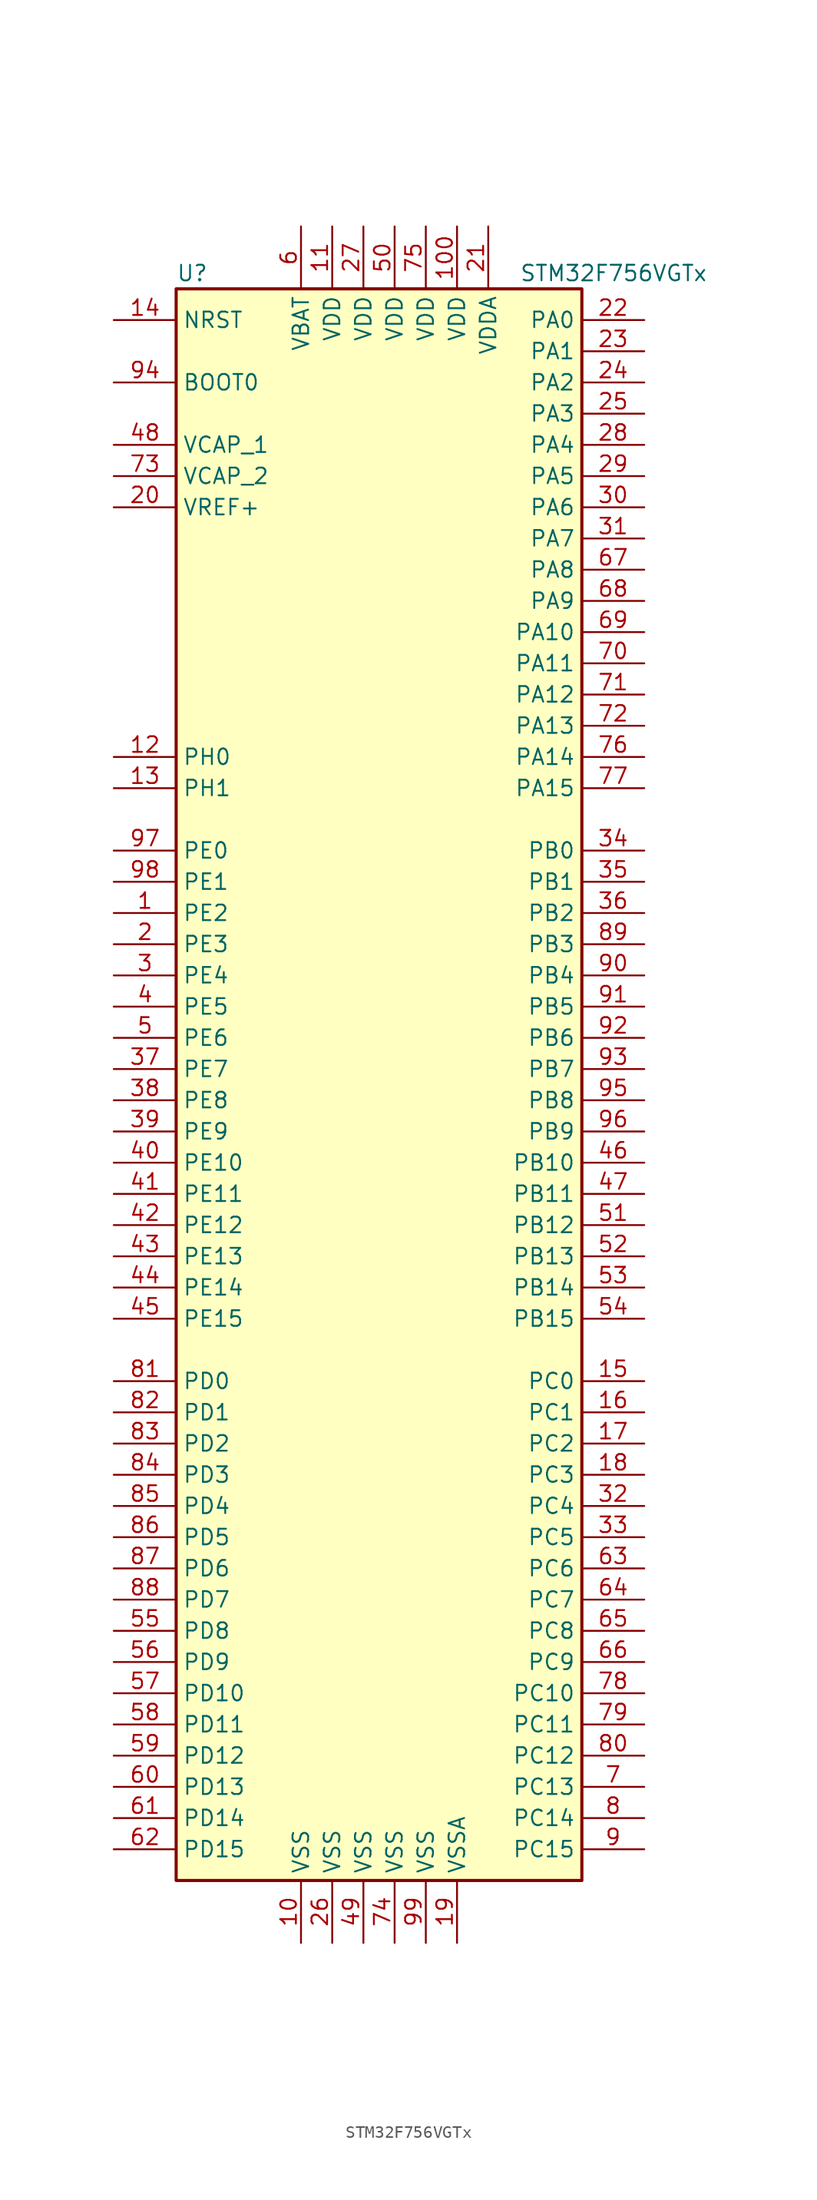
<source format=kicad_sym>
(kicad_symbol_lib
  (version 20211014)
  (generator kicad_symbol_editor)
  (symbol "STM32F756VGTx"
    (property "Reference" "U"
      (at -17.78 64.77 0)
      (effects (font (size 1.27 1.27)) (justify left)))
    (property "Value" "STM32F756VGTx"
      (at 10.16 64.77 0)
      (effects (font (size 1.27 1.27)) (justify left)))
    (symbol "STM32F756VGTx_0_1"
      (rectangle (start -17.78 -66.04) (end 15.24 63.5) (stroke (width 0.254) (type default) (color 0 0 0 0)) (fill (type background))))
    (symbol "STM32F756VGTx_1_1"
      (pin bidirectional line (at -22.86 12.7 0) (length 5.08) (name "PE2" (effects (font (size 1.27 1.27)))) (number "1" (effects (font (size 1.27 1.27)))))
      (pin power_in line (at -7.62 -71.12 90) (length 5.08) (name "VSS" (effects (font (size 1.27 1.27)))) (number "10" (effects (font (size 1.27 1.27)))))
      (pin power_in line (at 5.08 68.58 270) (length 5.08) (name "VDD" (effects (font (size 1.27 1.27)))) (number "100" (effects (font (size 1.27 1.27)))))
      (pin power_in line (at -5.08 68.58 270) (length 5.08) (name "VDD" (effects (font (size 1.27 1.27)))) (number "11" (effects (font (size 1.27 1.27)))))
      (pin input line (at -22.86 25.4 0) (length 5.08) (name "PH0" (effects (font (size 1.27 1.27)))) (number "12" (effects (font (size 1.27 1.27)))))
      (pin input line (at -22.86 22.86 0) (length 5.08) (name "PH1" (effects (font (size 1.27 1.27)))) (number "13" (effects (font (size 1.27 1.27)))))
      (pin input line (at -22.86 60.96 0) (length 5.08) (name "NRST" (effects (font (size 1.27 1.27)))) (number "14" (effects (font (size 1.27 1.27)))))
      (pin bidirectional line (at 20.32 -25.4 180) (length 5.08) (name "PC0" (effects (font (size 1.27 1.27)))) (number "15" (effects (font (size 1.27 1.27)))))
      (pin bidirectional line (at 20.32 -27.94 180) (length 5.08) (name "PC1" (effects (font (size 1.27 1.27)))) (number "16" (effects (font (size 1.27 1.27)))))
      (pin bidirectional line (at 20.32 -30.48 180) (length 5.08) (name "PC2" (effects (font (size 1.27 1.27)))) (number "17" (effects (font (size 1.27 1.27)))))
      (pin bidirectional line (at 20.32 -33.02 180) (length 5.08) (name "PC3" (effects (font (size 1.27 1.27)))) (number "18" (effects (font (size 1.27 1.27)))))
      (pin power_in line (at 5.08 -71.12 90) (length 5.08) (name "VSSA" (effects (font (size 1.27 1.27)))) (number "19" (effects (font (size 1.27 1.27)))))
      (pin bidirectional line (at -22.86 10.16 0) (length 5.08) (name "PE3" (effects (font (size 1.27 1.27)))) (number "2" (effects (font (size 1.27 1.27)))))
      (pin power_in line (at -22.86 45.72 0) (length 5.08) (name "VREF+" (effects (font (size 1.27 1.27)))) (number "20" (effects (font (size 1.27 1.27)))))
      (pin power_in line (at 7.62 68.58 270) (length 5.08) (name "VDDA" (effects (font (size 1.27 1.27)))) (number "21" (effects (font (size 1.27 1.27)))))
      (pin bidirectional line (at 20.32 60.96 180) (length 5.08) (name "PA0" (effects (font (size 1.27 1.27)))) (number "22" (effects (font (size 1.27 1.27)))))
      (pin bidirectional line (at 20.32 58.42 180) (length 5.08) (name "PA1" (effects (font (size 1.27 1.27)))) (number "23" (effects (font (size 1.27 1.27)))))
      (pin bidirectional line (at 20.32 55.88 180) (length 5.08) (name "PA2" (effects (font (size 1.27 1.27)))) (number "24" (effects (font (size 1.27 1.27)))))
      (pin bidirectional line (at 20.32 53.34 180) (length 5.08) (name "PA3" (effects (font (size 1.27 1.27)))) (number "25" (effects (font (size 1.27 1.27)))))
      (pin power_in line (at -5.08 -71.12 90) (length 5.08) (name "VSS" (effects (font (size 1.27 1.27)))) (number "26" (effects (font (size 1.27 1.27)))))
      (pin power_in line (at -2.54 68.58 270) (length 5.08) (name "VDD" (effects (font (size 1.27 1.27)))) (number "27" (effects (font (size 1.27 1.27)))))
      (pin bidirectional line (at 20.32 50.8 180) (length 5.08) (name "PA4" (effects (font (size 1.27 1.27)))) (number "28" (effects (font (size 1.27 1.27)))))
      (pin bidirectional line (at 20.32 48.26 180) (length 5.08) (name "PA5" (effects (font (size 1.27 1.27)))) (number "29" (effects (font (size 1.27 1.27)))))
      (pin bidirectional line (at -22.86 7.62 0) (length 5.08) (name "PE4" (effects (font (size 1.27 1.27)))) (number "3" (effects (font (size 1.27 1.27)))))
      (pin bidirectional line (at 20.32 45.72 180) (length 5.08) (name "PA6" (effects (font (size 1.27 1.27)))) (number "30" (effects (font (size 1.27 1.27)))))
      (pin bidirectional line (at 20.32 43.18 180) (length 5.08) (name "PA7" (effects (font (size 1.27 1.27)))) (number "31" (effects (font (size 1.27 1.27)))))
      (pin bidirectional line (at 20.32 -35.56 180) (length 5.08) (name "PC4" (effects (font (size 1.27 1.27)))) (number "32" (effects (font (size 1.27 1.27)))))
      (pin bidirectional line (at 20.32 -38.1 180) (length 5.08) (name "PC5" (effects (font (size 1.27 1.27)))) (number "33" (effects (font (size 1.27 1.27)))))
      (pin bidirectional line (at 20.32 17.78 180) (length 5.08) (name "PB0" (effects (font (size 1.27 1.27)))) (number "34" (effects (font (size 1.27 1.27)))))
      (pin bidirectional line (at 20.32 15.24 180) (length 5.08) (name "PB1" (effects (font (size 1.27 1.27)))) (number "35" (effects (font (size 1.27 1.27)))))
      (pin bidirectional line (at 20.32 12.7 180) (length 5.08) (name "PB2" (effects (font (size 1.27 1.27)))) (number "36" (effects (font (size 1.27 1.27)))))
      (pin bidirectional line (at -22.86 0 0) (length 5.08) (name "PE7" (effects (font (size 1.27 1.27)))) (number "37" (effects (font (size 1.27 1.27)))))
      (pin bidirectional line (at -22.86 -2.54 0) (length 5.08) (name "PE8" (effects (font (size 1.27 1.27)))) (number "38" (effects (font (size 1.27 1.27)))))
      (pin bidirectional line (at -22.86 -5.08 0) (length 5.08) (name "PE9" (effects (font (size 1.27 1.27)))) (number "39" (effects (font (size 1.27 1.27)))))
      (pin bidirectional line (at -22.86 5.08 0) (length 5.08) (name "PE5" (effects (font (size 1.27 1.27)))) (number "4" (effects (font (size 1.27 1.27)))))
      (pin bidirectional line (at -22.86 -7.62 0) (length 5.08) (name "PE10" (effects (font (size 1.27 1.27)))) (number "40" (effects (font (size 1.27 1.27)))))
      (pin bidirectional line (at -22.86 -10.16 0) (length 5.08) (name "PE11" (effects (font (size 1.27 1.27)))) (number "41" (effects (font (size 1.27 1.27)))))
      (pin bidirectional line (at -22.86 -12.7 0) (length 5.08) (name "PE12" (effects (font (size 1.27 1.27)))) (number "42" (effects (font (size 1.27 1.27)))))
      (pin bidirectional line (at -22.86 -15.24 0) (length 5.08) (name "PE13" (effects (font (size 1.27 1.27)))) (number "43" (effects (font (size 1.27 1.27)))))
      (pin bidirectional line (at -22.86 -17.78 0) (length 5.08) (name "PE14" (effects (font (size 1.27 1.27)))) (number "44" (effects (font (size 1.27 1.27)))))
      (pin bidirectional line (at -22.86 -20.32 0) (length 5.08) (name "PE15" (effects (font (size 1.27 1.27)))) (number "45" (effects (font (size 1.27 1.27)))))
      (pin bidirectional line (at 20.32 -7.62 180) (length 5.08) (name "PB10" (effects (font (size 1.27 1.27)))) (number "46" (effects (font (size 1.27 1.27)))))
      (pin bidirectional line (at 20.32 -10.16 180) (length 5.08) (name "PB11" (effects (font (size 1.27 1.27)))) (number "47" (effects (font (size 1.27 1.27)))))
      (pin power_in line (at -22.86 50.8 0) (length 5.08) (name "VCAP_1" (effects (font (size 1.27 1.27)))) (number "48" (effects (font (size 1.27 1.27)))))
      (pin power_in line (at -2.54 -71.12 90) (length 5.08) (name "VSS" (effects (font (size 1.27 1.27)))) (number "49" (effects (font (size 1.27 1.27)))))
      (pin bidirectional line (at -22.86 2.54 0) (length 5.08) (name "PE6" (effects (font (size 1.27 1.27)))) (number "5" (effects (font (size 1.27 1.27)))))
      (pin power_in line (at 0 68.58 270) (length 5.08) (name "VDD" (effects (font (size 1.27 1.27)))) (number "50" (effects (font (size 1.27 1.27)))))
      (pin bidirectional line (at 20.32 -12.7 180) (length 5.08) (name "PB12" (effects (font (size 1.27 1.27)))) (number "51" (effects (font (size 1.27 1.27)))))
      (pin bidirectional line (at 20.32 -15.24 180) (length 5.08) (name "PB13" (effects (font (size 1.27 1.27)))) (number "52" (effects (font (size 1.27 1.27)))))
      (pin bidirectional line (at 20.32 -17.78 180) (length 5.08) (name "PB14" (effects (font (size 1.27 1.27)))) (number "53" (effects (font (size 1.27 1.27)))))
      (pin bidirectional line (at 20.32 -20.32 180) (length 5.08) (name "PB15" (effects (font (size 1.27 1.27)))) (number "54" (effects (font (size 1.27 1.27)))))
      (pin bidirectional line (at -22.86 -45.72 0) (length 5.08) (name "PD8" (effects (font (size 1.27 1.27)))) (number "55" (effects (font (size 1.27 1.27)))))
      (pin bidirectional line (at -22.86 -48.26 0) (length 5.08) (name "PD9" (effects (font (size 1.27 1.27)))) (number "56" (effects (font (size 1.27 1.27)))))
      (pin bidirectional line (at -22.86 -50.8 0) (length 5.08) (name "PD10" (effects (font (size 1.27 1.27)))) (number "57" (effects (font (size 1.27 1.27)))))
      (pin bidirectional line (at -22.86 -53.34 0) (length 5.08) (name "PD11" (effects (font (size 1.27 1.27)))) (number "58" (effects (font (size 1.27 1.27)))))
      (pin bidirectional line (at -22.86 -55.88 0) (length 5.08) (name "PD12" (effects (font (size 1.27 1.27)))) (number "59" (effects (font (size 1.27 1.27)))))
      (pin power_in line (at -7.62 68.58 270) (length 5.08) (name "VBAT" (effects (font (size 1.27 1.27)))) (number "6" (effects (font (size 1.27 1.27)))))
      (pin bidirectional line (at -22.86 -58.42 0) (length 5.08) (name "PD13" (effects (font (size 1.27 1.27)))) (number "60" (effects (font (size 1.27 1.27)))))
      (pin bidirectional line (at -22.86 -60.96 0) (length 5.08) (name "PD14" (effects (font (size 1.27 1.27)))) (number "61" (effects (font (size 1.27 1.27)))))
      (pin bidirectional line (at -22.86 -63.5 0) (length 5.08) (name "PD15" (effects (font (size 1.27 1.27)))) (number "62" (effects (font (size 1.27 1.27)))))
      (pin bidirectional line (at 20.32 -40.64 180) (length 5.08) (name "PC6" (effects (font (size 1.27 1.27)))) (number "63" (effects (font (size 1.27 1.27)))))
      (pin bidirectional line (at 20.32 -43.18 180) (length 5.08) (name "PC7" (effects (font (size 1.27 1.27)))) (number "64" (effects (font (size 1.27 1.27)))))
      (pin bidirectional line (at 20.32 -45.72 180) (length 5.08) (name "PC8" (effects (font (size 1.27 1.27)))) (number "65" (effects (font (size 1.27 1.27)))))
      (pin bidirectional line (at 20.32 -48.26 180) (length 5.08) (name "PC9" (effects (font (size 1.27 1.27)))) (number "66" (effects (font (size 1.27 1.27)))))
      (pin bidirectional line (at 20.32 40.64 180) (length 5.08) (name "PA8" (effects (font (size 1.27 1.27)))) (number "67" (effects (font (size 1.27 1.27)))))
      (pin bidirectional line (at 20.32 38.1 180) (length 5.08) (name "PA9" (effects (font (size 1.27 1.27)))) (number "68" (effects (font (size 1.27 1.27)))))
      (pin bidirectional line (at 20.32 35.56 180) (length 5.08) (name "PA10" (effects (font (size 1.27 1.27)))) (number "69" (effects (font (size 1.27 1.27)))))
      (pin bidirectional line (at 20.32 -58.42 180) (length 5.08) (name "PC13" (effects (font (size 1.27 1.27)))) (number "7" (effects (font (size 1.27 1.27)))))
      (pin bidirectional line (at 20.32 33.02 180) (length 5.08) (name "PA11" (effects (font (size 1.27 1.27)))) (number "70" (effects (font (size 1.27 1.27)))))
      (pin bidirectional line (at 20.32 30.48 180) (length 5.08) (name "PA12" (effects (font (size 1.27 1.27)))) (number "71" (effects (font (size 1.27 1.27)))))
      (pin bidirectional line (at 20.32 27.94 180) (length 5.08) (name "PA13" (effects (font (size 1.27 1.27)))) (number "72" (effects (font (size 1.27 1.27)))))
      (pin power_in line (at -22.86 48.26 0) (length 5.08) (name "VCAP_2" (effects (font (size 1.27 1.27)))) (number "73" (effects (font (size 1.27 1.27)))))
      (pin power_in line (at 0 -71.12 90) (length 5.08) (name "VSS" (effects (font (size 1.27 1.27)))) (number "74" (effects (font (size 1.27 1.27)))))
      (pin power_in line (at 2.54 68.58 270) (length 5.08) (name "VDD" (effects (font (size 1.27 1.27)))) (number "75" (effects (font (size 1.27 1.27)))))
      (pin bidirectional line (at 20.32 25.4 180) (length 5.08) (name "PA14" (effects (font (size 1.27 1.27)))) (number "76" (effects (font (size 1.27 1.27)))))
      (pin bidirectional line (at 20.32 22.86 180) (length 5.08) (name "PA15" (effects (font (size 1.27 1.27)))) (number "77" (effects (font (size 1.27 1.27)))))
      (pin bidirectional line (at 20.32 -50.8 180) (length 5.08) (name "PC10" (effects (font (size 1.27 1.27)))) (number "78" (effects (font (size 1.27 1.27)))))
      (pin bidirectional line (at 20.32 -53.34 180) (length 5.08) (name "PC11" (effects (font (size 1.27 1.27)))) (number "79" (effects (font (size 1.27 1.27)))))
      (pin bidirectional line (at 20.32 -60.96 180) (length 5.08) (name "PC14" (effects (font (size 1.27 1.27)))) (number "8" (effects (font (size 1.27 1.27)))))
      (pin bidirectional line (at 20.32 -55.88 180) (length 5.08) (name "PC12" (effects (font (size 1.27 1.27)))) (number "80" (effects (font (size 1.27 1.27)))))
      (pin bidirectional line (at -22.86 -25.4 0) (length 5.08) (name "PD0" (effects (font (size 1.27 1.27)))) (number "81" (effects (font (size 1.27 1.27)))))
      (pin bidirectional line (at -22.86 -27.94 0) (length 5.08) (name "PD1" (effects (font (size 1.27 1.27)))) (number "82" (effects (font (size 1.27 1.27)))))
      (pin bidirectional line (at -22.86 -30.48 0) (length 5.08) (name "PD2" (effects (font (size 1.27 1.27)))) (number "83" (effects (font (size 1.27 1.27)))))
      (pin bidirectional line (at -22.86 -33.02 0) (length 5.08) (name "PD3" (effects (font (size 1.27 1.27)))) (number "84" (effects (font (size 1.27 1.27)))))
      (pin bidirectional line (at -22.86 -35.56 0) (length 5.08) (name "PD4" (effects (font (size 1.27 1.27)))) (number "85" (effects (font (size 1.27 1.27)))))
      (pin bidirectional line (at -22.86 -38.1 0) (length 5.08) (name "PD5" (effects (font (size 1.27 1.27)))) (number "86" (effects (font (size 1.27 1.27)))))
      (pin bidirectional line (at -22.86 -40.64 0) (length 5.08) (name "PD6" (effects (font (size 1.27 1.27)))) (number "87" (effects (font (size 1.27 1.27)))))
      (pin bidirectional line (at -22.86 -43.18 0) (length 5.08) (name "PD7" (effects (font (size 1.27 1.27)))) (number "88" (effects (font (size 1.27 1.27)))))
      (pin bidirectional line (at 20.32 10.16 180) (length 5.08) (name "PB3" (effects (font (size 1.27 1.27)))) (number "89" (effects (font (size 1.27 1.27)))))
      (pin bidirectional line (at 20.32 -63.5 180) (length 5.08) (name "PC15" (effects (font (size 1.27 1.27)))) (number "9" (effects (font (size 1.27 1.27)))))
      (pin bidirectional line (at 20.32 7.62 180) (length 5.08) (name "PB4" (effects (font (size 1.27 1.27)))) (number "90" (effects (font (size 1.27 1.27)))))
      (pin bidirectional line (at 20.32 5.08 180) (length 5.08) (name "PB5" (effects (font (size 1.27 1.27)))) (number "91" (effects (font (size 1.27 1.27)))))
      (pin bidirectional line (at 20.32 2.54 180) (length 5.08) (name "PB6" (effects (font (size 1.27 1.27)))) (number "92" (effects (font (size 1.27 1.27)))))
      (pin bidirectional line (at 20.32 0 180) (length 5.08) (name "PB7" (effects (font (size 1.27 1.27)))) (number "93" (effects (font (size 1.27 1.27)))))
      (pin input line (at -22.86 55.88 0) (length 5.08) (name "BOOT0" (effects (font (size 1.27 1.27)))) (number "94" (effects (font (size 1.27 1.27)))))
      (pin bidirectional line (at 20.32 -2.54 180) (length 5.08) (name "PB8" (effects (font (size 1.27 1.27)))) (number "95" (effects (font (size 1.27 1.27)))))
      (pin bidirectional line (at 20.32 -5.08 180) (length 5.08) (name "PB9" (effects (font (size 1.27 1.27)))) (number "96" (effects (font (size 1.27 1.27)))))
      (pin bidirectional line (at -22.86 17.78 0) (length 5.08) (name "PE0" (effects (font (size 1.27 1.27)))) (number "97" (effects (font (size 1.27 1.27)))))
      (pin bidirectional line (at -22.86 15.24 0) (length 5.08) (name "PE1" (effects (font (size 1.27 1.27)))) (number "98" (effects (font (size 1.27 1.27)))))
      (pin power_in line (at 2.54 -71.12 90) (length 5.08) (name "VSS" (effects (font (size 1.27 1.27)))) (number "99" (effects (font (size 1.27 1.27))))))))
</source>
